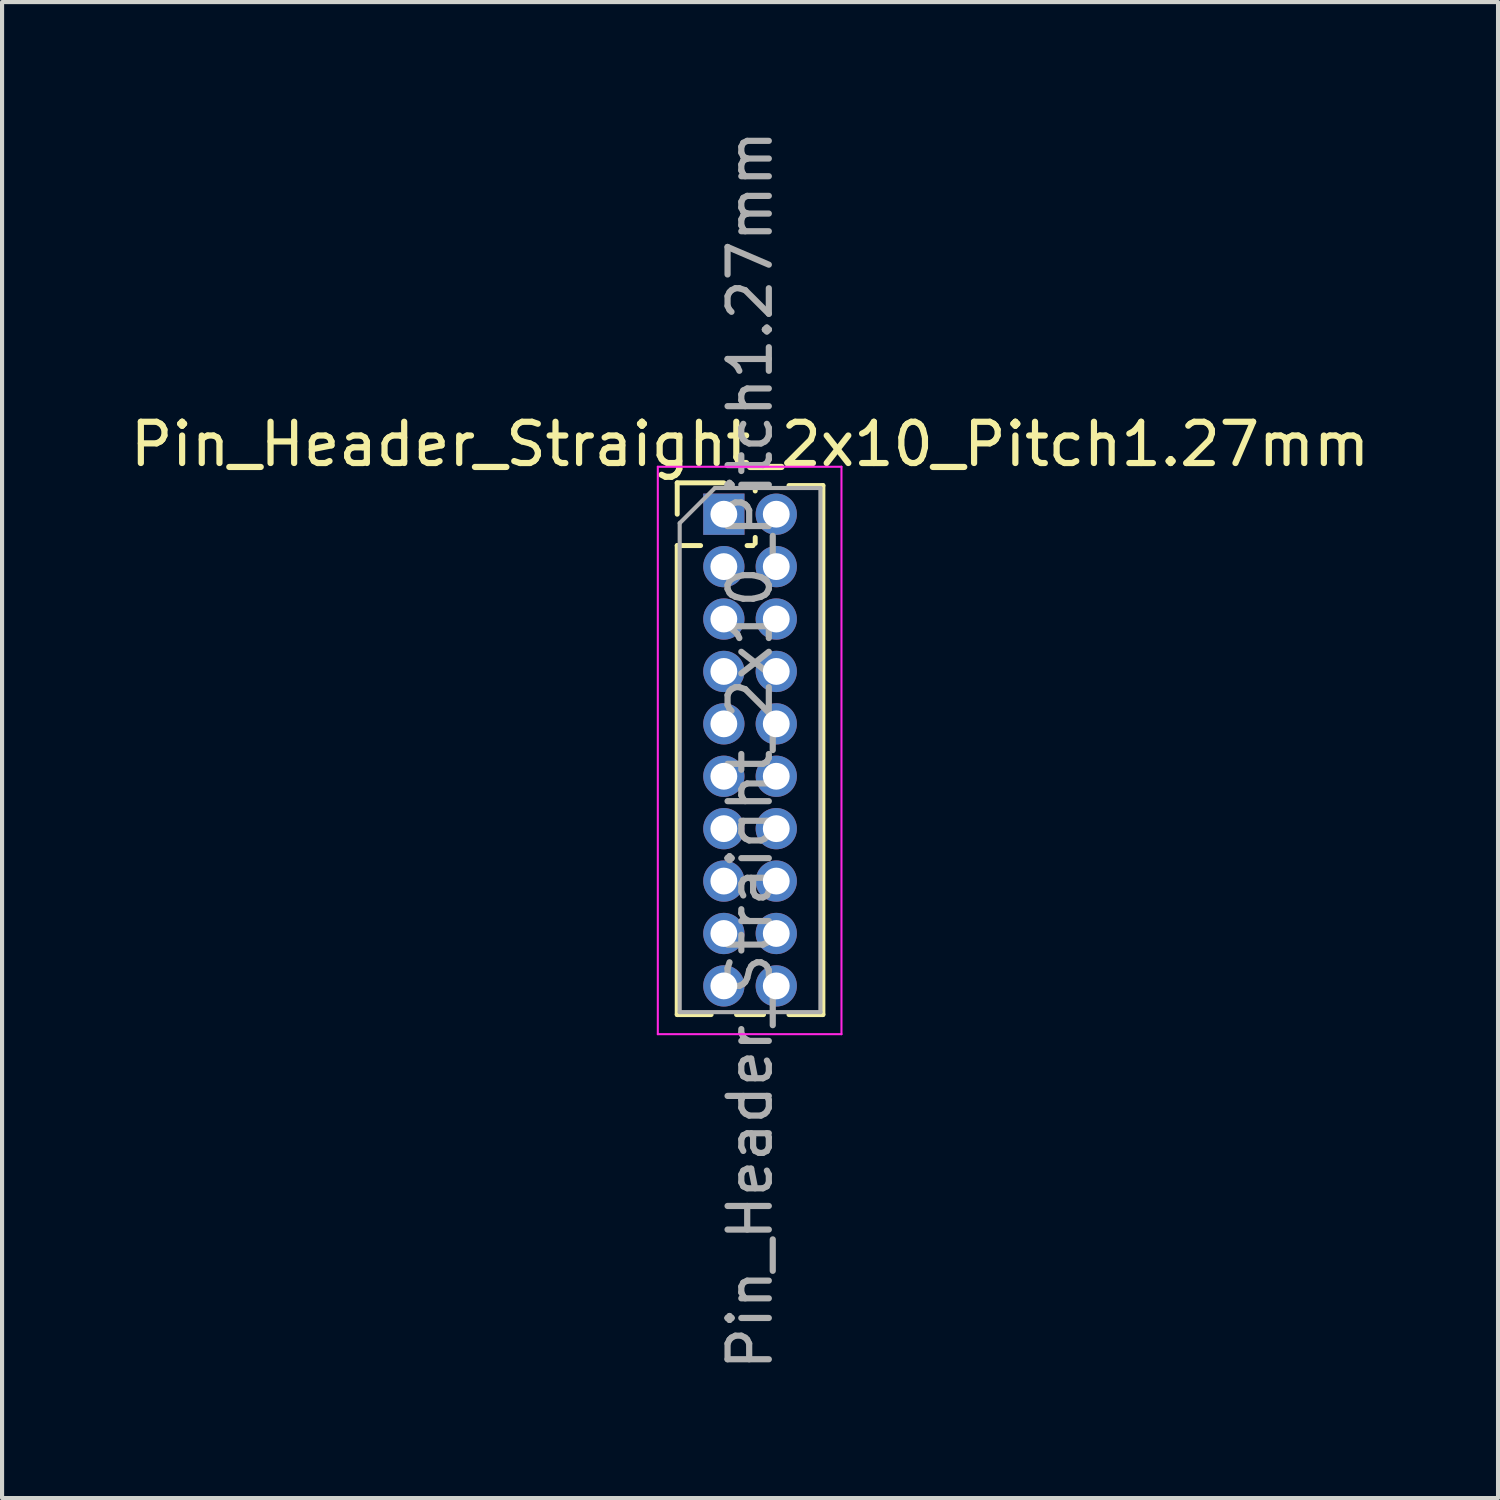
<source format=kicad_pcb>
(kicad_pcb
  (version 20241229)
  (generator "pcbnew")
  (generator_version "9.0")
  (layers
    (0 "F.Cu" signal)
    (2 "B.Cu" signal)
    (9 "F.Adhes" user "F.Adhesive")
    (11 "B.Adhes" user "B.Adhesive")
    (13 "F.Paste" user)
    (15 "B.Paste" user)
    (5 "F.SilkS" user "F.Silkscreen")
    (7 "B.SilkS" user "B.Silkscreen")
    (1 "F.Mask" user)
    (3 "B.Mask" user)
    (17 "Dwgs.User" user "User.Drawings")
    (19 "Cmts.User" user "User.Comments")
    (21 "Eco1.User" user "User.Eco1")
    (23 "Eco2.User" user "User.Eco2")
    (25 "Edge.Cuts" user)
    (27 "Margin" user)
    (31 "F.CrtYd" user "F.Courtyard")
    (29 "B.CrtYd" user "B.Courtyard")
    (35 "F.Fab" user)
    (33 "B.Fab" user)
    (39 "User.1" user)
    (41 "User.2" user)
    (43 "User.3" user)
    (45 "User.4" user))
  (footprint "Pin_Header_Straight_2x10_Pitch1.27mm"
    (layer "F.Cu")
    (at 14.49 9.41)
    (property "Reference" "Pin_Header_Straight_2x10_Pitch1.27mm" (at 0.635 -1.695 0) (layer "F.SilkS") (effects (font (size 1 1) (thickness 0.15))))
    (attr through_hole)
    (fp_line (start -1.13 -0.76) (end 0 -0.76) (stroke (width 0.12) (type solid)) (layer "F.SilkS"))
    (fp_line (start -1.13 0) (end -1.13 -0.76) (stroke (width 0.12) (type solid)) (layer "F.SilkS"))
    (fp_line (start -1.13 0.76) (end -1.13 12.125) (stroke (width 0.12) (type solid)) (layer "F.SilkS"))
    (fp_line (start -1.13 0.76) (end -0.563 0.76) (stroke (width 0.12) (type solid)) (layer "F.SilkS"))
    (fp_line (start -1.13 12.125) (end -0.308 12.125) (stroke (width 0.12) (type solid)) (layer "F.SilkS"))
    (fp_line (start 0.308 12.125) (end 0.962 12.125) (stroke (width 0.12) (type solid)) (layer "F.SilkS"))
    (fp_line (start 0.563 0.76) (end 0.707 0.76) (stroke (width 0.12) (type solid)) (layer "F.SilkS"))
    (fp_line (start 0.76 -0.695) (end 0.962 -0.695) (stroke (width 0.12) (type solid)) (layer "F.SilkS"))
    (fp_line (start 0.76 -0.563) (end 0.76 -0.695) (stroke (width 0.12) (type solid)) (layer "F.SilkS"))
    (fp_line (start 0.76 0.707) (end 0.76 0.563) (stroke (width 0.12) (type solid)) (layer "F.SilkS"))
    (fp_line (start 1.578 -0.695) (end 2.4 -0.695) (stroke (width 0.12) (type solid)) (layer "F.SilkS"))
    (fp_line (start 1.578 12.125) (end 2.4 12.125) (stroke (width 0.12) (type solid)) (layer "F.SilkS"))
    (fp_line (start 2.4 -0.695) (end 2.4 12.125) (stroke (width 0.12) (type solid)) (layer "F.SilkS"))
    (fp_line (start -1.6 -1.15) (end -1.6 12.6) (stroke (width 0.05) (type solid)) (layer "F.CrtYd"))
    (fp_line (start -1.6 12.6) (end 2.85 12.6) (stroke (width 0.05) (type solid)) (layer "F.CrtYd"))
    (fp_line (start 2.85 -1.15) (end -1.6 -1.15) (stroke (width 0.05) (type solid)) (layer "F.CrtYd"))
    (fp_line (start 2.85 12.6) (end 2.85 -1.15) (stroke (width 0.05) (type solid)) (layer "F.CrtYd"))
    (fp_line (start -1.07 0.217) (end -0.217 -0.635) (stroke (width 0.1) (type solid)) (layer "F.Fab"))
    (fp_line (start -1.07 12.065) (end -1.07 0.217) (stroke (width 0.1) (type solid)) (layer "F.Fab"))
    (fp_line (start -0.217 -0.635) (end 2.34 -0.635) (stroke (width 0.1) (type solid)) (layer "F.Fab"))
    (fp_line (start 2.34 -0.635) (end 2.34 12.065) (stroke (width 0.1) (type solid)) (layer "F.Fab"))
    (fp_line (start 2.34 12.065) (end -1.07 12.065) (stroke (width 0.1) (type solid)) (layer "F.Fab"))
    (fp_text user "${REFERENCE}" (at 0.635 5.715 90) (layer "F.Fab") (effects (font (size 1 1) (thickness 0.15))))
    (pad "1" thru_hole rect (at 0 0) (size 1 1) (drill 0.65) (layers "*.Cu" "*.Mask"))
    (pad "2" thru_hole oval (at 1.27 0) (size 1 1) (drill 0.65) (layers "*.Cu" "*.Mask"))
    (pad "3" thru_hole oval (at 0 1.27) (size 1 1) (drill 0.65) (layers "*.Cu" "*.Mask"))
    (pad "4" thru_hole oval (at 1.27 1.27) (size 1 1) (drill 0.65) (layers "*.Cu" "*.Mask"))
    (pad "5" thru_hole oval (at 0 2.54) (size 1 1) (drill 0.65) (layers "*.Cu" "*.Mask"))
    (pad "6" thru_hole oval (at 1.27 2.54) (size 1 1) (drill 0.65) (layers "*.Cu" "*.Mask"))
    (pad "7" thru_hole oval (at 0 3.81) (size 1 1) (drill 0.65) (layers "*.Cu" "*.Mask"))
    (pad "8" thru_hole oval (at 1.27 3.81) (size 1 1) (drill 0.65) (layers "*.Cu" "*.Mask"))
    (pad "9" thru_hole oval (at 0 5.08) (size 1 1) (drill 0.65) (layers "*.Cu" "*.Mask"))
    (pad "10" thru_hole oval (at 1.27 5.08) (size 1 1) (drill 0.65) (layers "*.Cu" "*.Mask"))
    (pad "11" thru_hole oval (at 0 6.35) (size 1 1) (drill 0.65) (layers "*.Cu" "*.Mask"))
    (pad "12" thru_hole oval (at 1.27 6.35) (size 1 1) (drill 0.65) (layers "*.Cu" "*.Mask"))
    (pad "13" thru_hole oval (at 0 7.62) (size 1 1) (drill 0.65) (layers "*.Cu" "*.Mask"))
    (pad "14" thru_hole oval (at 1.27 7.62) (size 1 1) (drill 0.65) (layers "*.Cu" "*.Mask"))
    (pad "15" thru_hole oval (at 0 8.89) (size 1 1) (drill 0.65) (layers "*.Cu" "*.Mask"))
    (pad "16" thru_hole oval (at 1.27 8.89) (size 1 1) (drill 0.65) (layers "*.Cu" "*.Mask"))
    (pad "17" thru_hole oval (at 0 10.16) (size 1 1) (drill 0.65) (layers "*.Cu" "*.Mask"))
    (pad "18" thru_hole oval (at 1.27 10.16) (size 1 1) (drill 0.65) (layers "*.Cu" "*.Mask"))
    (pad "19" thru_hole oval (at 0 11.43) (size 1 1) (drill 0.65) (layers "*.Cu" "*.Mask"))
    (pad "20" thru_hole oval (at 1.27 11.43) (size 1 1) (drill 0.65) (layers "*.Cu" "*.Mask")))
  (gr_rect
    (start -3 -3)
    (end 33.25 33.25)
    (stroke (width 0.1) (type default))
    (fill no)
    (layer "Edge.Cuts")))
</source>
